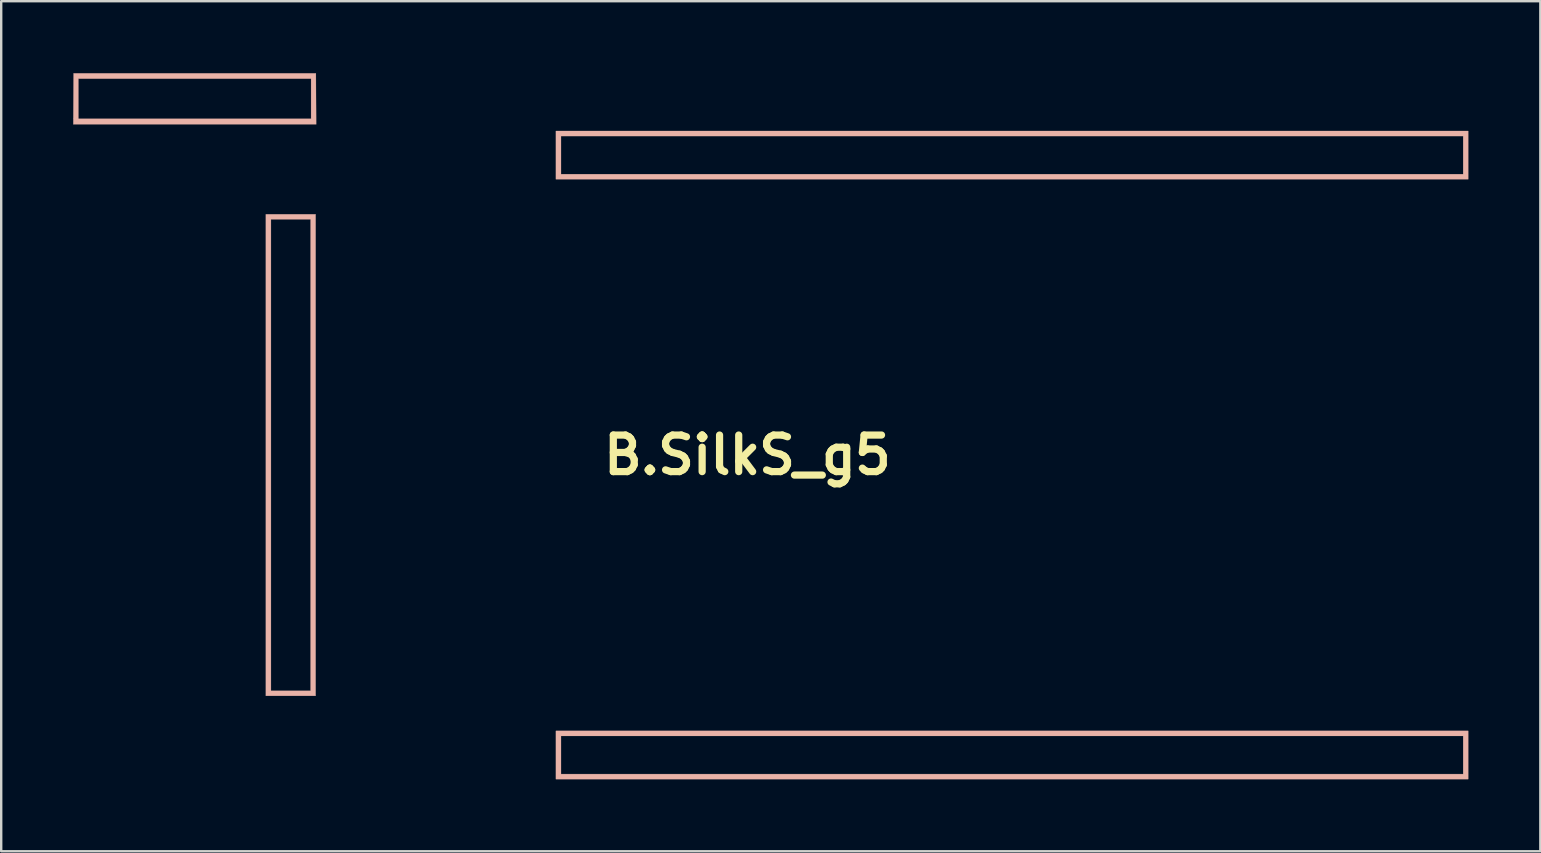
<source format=kicad_pcb>
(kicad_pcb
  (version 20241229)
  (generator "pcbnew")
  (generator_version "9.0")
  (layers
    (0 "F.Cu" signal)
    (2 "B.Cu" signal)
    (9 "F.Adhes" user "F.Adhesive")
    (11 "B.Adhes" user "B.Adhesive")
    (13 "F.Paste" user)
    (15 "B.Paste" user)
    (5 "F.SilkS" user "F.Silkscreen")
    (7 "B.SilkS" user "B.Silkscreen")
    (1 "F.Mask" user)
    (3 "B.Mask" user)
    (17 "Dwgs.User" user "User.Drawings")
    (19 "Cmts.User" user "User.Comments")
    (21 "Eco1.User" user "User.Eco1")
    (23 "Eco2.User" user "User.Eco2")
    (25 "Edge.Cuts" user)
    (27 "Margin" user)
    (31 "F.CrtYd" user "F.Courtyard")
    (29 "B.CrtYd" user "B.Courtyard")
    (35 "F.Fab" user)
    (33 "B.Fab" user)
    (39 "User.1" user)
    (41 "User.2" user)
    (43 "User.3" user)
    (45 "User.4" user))
  (footprint "B.SilkS_g5"
    (layer "F.Cu")
    (at 28.094 15.912)
    (property "Reference" "B.SilkS_g5" (at 0 0 0) (layer "F.SilkS") (effects (font (size 1.524 1.524) (thickness 0.3))))
    (attr through_hole)
    (fp_poly (pts (xy -17.992 10.033) (xy -20.066 10.033) (xy -20.066 -9.821) (xy -19.854 -9.821) (xy -19.854 9.821) (xy -18.203 9.821) (xy -18.203 -9.821) (xy -19.854 -9.821) (xy -20.066 -9.821) (xy -20.066 -10.033) (xy -17.992 -10.033) (xy -17.992 10.033)) (stroke (width 0.01) (type solid)) (fill yes) (layer "B.SilkS"))
    (fp_poly (pts (xy 30.035 -11.493) (xy -7.98 -11.493) (xy -7.98 -13.293) (xy -7.768 -13.293) (xy -7.768 -11.705) (xy 29.824 -11.705) (xy 29.824 -13.293) (xy -7.768 -13.293) (xy -7.98 -13.293) (xy -7.98 -13.504) (xy 30.035 -13.504) (xy 30.035 -11.493)) (stroke (width 0.01) (type solid)) (fill yes) (layer "B.SilkS"))
    (fp_poly (pts (xy 30.035 13.504) (xy -7.98 13.504) (xy -7.98 11.705) (xy -7.768 11.705) (xy -7.768 13.293) (xy 29.824 13.293) (xy 29.824 11.705) (xy -7.768 11.705) (xy -7.98 11.705) (xy -7.98 11.493) (xy 30.035 11.493) (xy 30.035 13.504)) (stroke (width 0.01) (type solid)) (fill yes) (layer "B.SilkS"))
    (fp_poly (pts (xy -17.976 -14.843) (xy -17.97 -13.78) (xy -28.089 -13.78) (xy -28.083 -14.843) (xy -28.079 -15.684) (xy -27.877 -15.684) (xy -27.877 -14.012) (xy -18.182 -14.012) (xy -18.182 -15.684) (xy -27.877 -15.684) (xy -28.079 -15.684) (xy -28.078 -15.907) (xy -17.981 -15.907) (xy -17.976 -14.843)) (stroke (width 0.01) (type solid)) (fill yes) (layer "B.SilkS")))
  (gr_rect
    (start -3 -3)
    (end 61.134 32.421)
    (stroke (width 0.1) (type default))
    (fill no)
    (layer "Edge.Cuts")))
</source>
